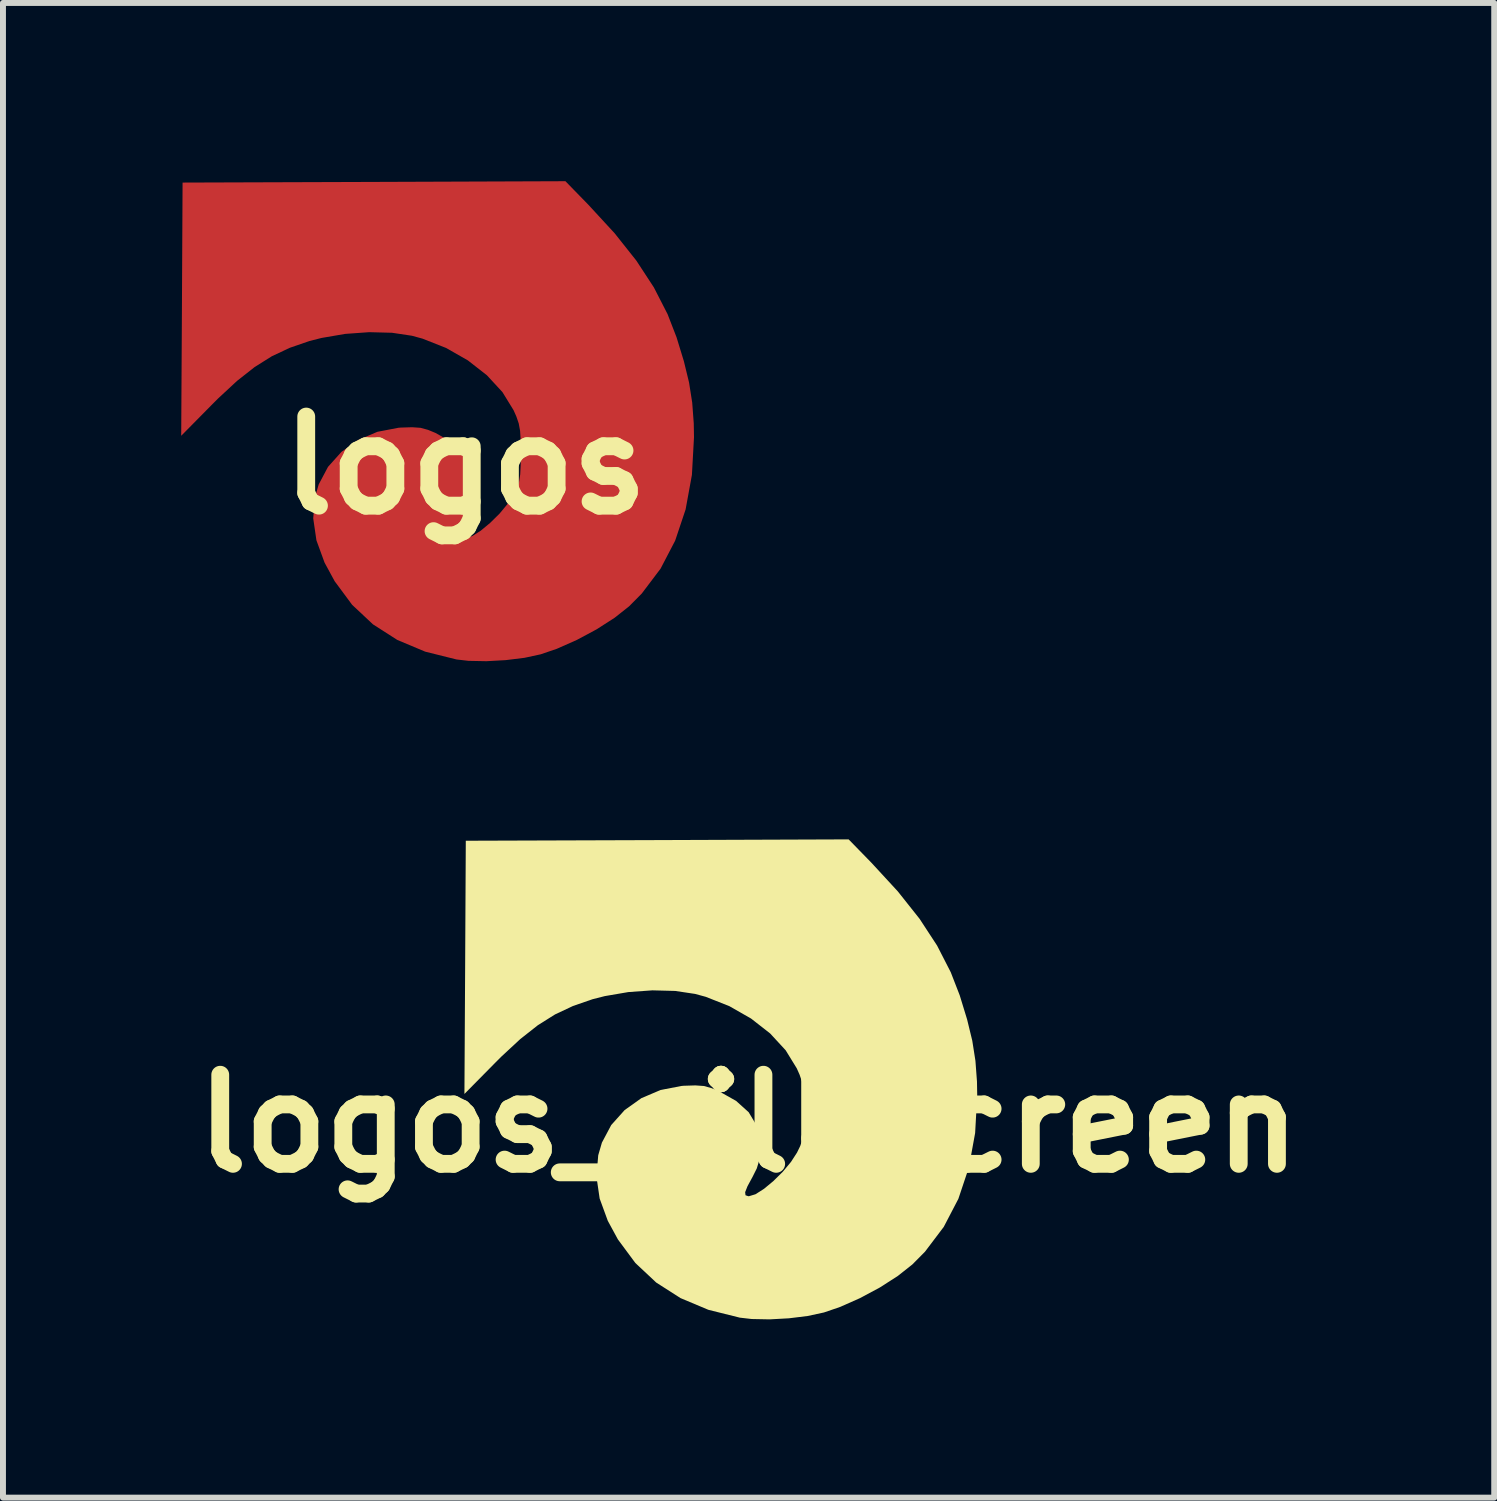
<source format=kicad_pcb>
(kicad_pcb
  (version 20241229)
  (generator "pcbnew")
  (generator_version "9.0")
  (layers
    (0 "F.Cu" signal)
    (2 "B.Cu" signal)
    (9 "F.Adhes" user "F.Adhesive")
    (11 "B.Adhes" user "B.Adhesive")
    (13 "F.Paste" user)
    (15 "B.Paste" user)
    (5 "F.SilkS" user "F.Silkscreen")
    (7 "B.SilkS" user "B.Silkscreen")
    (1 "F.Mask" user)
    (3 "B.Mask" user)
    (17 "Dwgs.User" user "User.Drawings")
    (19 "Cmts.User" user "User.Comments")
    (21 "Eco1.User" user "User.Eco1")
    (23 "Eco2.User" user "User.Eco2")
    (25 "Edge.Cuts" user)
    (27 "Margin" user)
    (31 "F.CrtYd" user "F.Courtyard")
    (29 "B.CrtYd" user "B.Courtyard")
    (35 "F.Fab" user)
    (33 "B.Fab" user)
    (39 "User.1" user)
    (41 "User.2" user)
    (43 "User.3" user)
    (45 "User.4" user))
  (footprint "logos_silkscreen"
    (layer "F.Cu")
    (at 9.55 15.861)
    (property "Reference" "logos_silkscreen" (at 0 0 0) (layer "F.SilkS") (effects (font (size 1.5 1.5) (thickness 0.3))))
    (attr board_only exclude_from_pos_files exclude_from_bom)
    (fp_poly (pts (xy 2.068 -4.389) (xy 2.512 -3.907) (xy 2.878 -3.446) (xy 3.173 -2.995) (xy 3.403 -2.546) (xy 3.554 -2.157) (xy 3.678 -1.752) (xy 3.765 -1.394) (xy 3.818 -1.056) (xy 3.844 -0.707) (xy 3.848 -0.474) (xy 3.813 0.16) (xy 3.707 0.741) (xy 3.531 1.267) (xy 3.285 1.739) (xy 2.969 2.157) (xy 2.756 2.372) (xy 2.512 2.565) (xy 2.21 2.759) (xy 1.876 2.938) (xy 1.54 3.087) (xy 1.268 3.18) (xy 0.995 3.239) (xy 0.679 3.278) (xy 0.354 3.296) (xy 0.052 3.29) (xy -0.148 3.267) (xy -0.677 3.135) (xy -1.146 2.938) (xy -1.555 2.676) (xy -1.906 2.347) (xy -2.2 1.95) (xy -2.37 1.637) (xy -2.507 1.262) (xy -2.561 0.892) (xy -2.531 0.534) (xy -2.469 0.321) (xy -2.312 0.025) (xy -2.086 -0.227) (xy -1.805 -0.427) (xy -1.481 -0.565) (xy -1.127 -0.633) (xy -1.09 -0.636) (xy -0.896 -0.642) (xy -0.754 -0.632) (xy -0.629 -0.598) (xy -0.503 -0.546) (xy -0.21 -0.381) (xy 0.001 -0.191) (xy 0.134 0.031) (xy 0.195 0.291) (xy 0.2 0.403) (xy 0.187 0.593) (xy 0.138 0.755) (xy 0.067 0.897) (xy -0.019 1.056) (xy -0.058 1.155) (xy -0.052 1.207) (xy -0.005 1.223) (xy 0.007 1.223) (xy 0.116 1.19) (xy 0.259 1.099) (xy 0.418 0.967) (xy 0.576 0.811) (xy 0.714 0.645) (xy 0.815 0.489) (xy 0.869 0.378) (xy 0.904 0.274) (xy 0.923 0.152) (xy 0.931 -0.012) (xy 0.933 -0.2) (xy 0.931 -0.422) (xy 0.921 -0.581) (xy 0.898 -0.706) (xy 0.858 -0.823) (xy 0.811 -0.929) (xy 0.624 -1.233) (xy 0.363 -1.516) (xy 0.042 -1.767) (xy -0.324 -1.976) (xy -0.721 -2.133) (xy -0.901 -2.182) (xy -1.235 -2.232) (xy -1.619 -2.242) (xy -2.023 -2.213) (xy -2.42 -2.145) (xy -2.625 -2.093) (xy -2.955 -1.979) (xy -3.257 -1.837) (xy -3.547 -1.655) (xy -3.843 -1.422) (xy -4.161 -1.127) (xy -4.26 -1.028) (xy -4.783 -0.498) (xy -4.771 -2.629) (xy -4.76 -4.76) (xy -1.538 -4.771) (xy 1.684 -4.783)) (stroke (width 0) (type solid)) (fill yes) (layer "F.SilkS")))
  (footprint "logos"
    (layer "F.Cu")
    (at 4.783 4.783)
    (property "Reference" "logos" (at 0 0 0) (layer "F.SilkS") (effects (font (size 1.5 1.5) (thickness 0.3))))
    (attr board_only exclude_from_pos_files exclude_from_bom)
    (fp_poly (pts (xy 2.068 -4.389) (xy 2.512 -3.907) (xy 2.878 -3.446) (xy 3.173 -2.995) (xy 3.403 -2.546) (xy 3.554 -2.157) (xy 3.678 -1.752) (xy 3.765 -1.394) (xy 3.818 -1.056) (xy 3.844 -0.707) (xy 3.848 -0.474) (xy 3.813 0.16) (xy 3.707 0.741) (xy 3.531 1.267) (xy 3.285 1.739) (xy 2.969 2.157) (xy 2.756 2.372) (xy 2.512 2.565) (xy 2.21 2.759) (xy 1.876 2.938) (xy 1.54 3.087) (xy 1.268 3.18) (xy 0.995 3.239) (xy 0.679 3.278) (xy 0.354 3.296) (xy 0.052 3.29) (xy -0.148 3.267) (xy -0.677 3.135) (xy -1.146 2.938) (xy -1.555 2.676) (xy -1.906 2.347) (xy -2.2 1.95) (xy -2.37 1.637) (xy -2.507 1.262) (xy -2.561 0.892) (xy -2.531 0.534) (xy -2.469 0.321) (xy -2.312 0.025) (xy -2.086 -0.227) (xy -1.805 -0.427) (xy -1.481 -0.565) (xy -1.127 -0.633) (xy -1.09 -0.636) (xy -0.896 -0.642) (xy -0.754 -0.632) (xy -0.629 -0.598) (xy -0.503 -0.546) (xy -0.21 -0.381) (xy 0.001 -0.191) (xy 0.134 0.031) (xy 0.195 0.291) (xy 0.2 0.403) (xy 0.187 0.593) (xy 0.138 0.755) (xy 0.067 0.897) (xy -0.019 1.056) (xy -0.058 1.155) (xy -0.052 1.207) (xy -0.005 1.223) (xy 0.007 1.223) (xy 0.116 1.19) (xy 0.259 1.099) (xy 0.418 0.967) (xy 0.576 0.811) (xy 0.714 0.645) (xy 0.815 0.489) (xy 0.869 0.378) (xy 0.904 0.274) (xy 0.923 0.152) (xy 0.931 -0.012) (xy 0.933 -0.2) (xy 0.931 -0.422) (xy 0.921 -0.581) (xy 0.898 -0.706) (xy 0.858 -0.823) (xy 0.811 -0.929) (xy 0.624 -1.233) (xy 0.363 -1.516) (xy 0.042 -1.767) (xy -0.324 -1.976) (xy -0.721 -2.133) (xy -0.901 -2.182) (xy -1.235 -2.232) (xy -1.619 -2.242) (xy -2.023 -2.213) (xy -2.42 -2.145) (xy -2.625 -2.093) (xy -2.955 -1.979) (xy -3.257 -1.837) (xy -3.547 -1.655) (xy -3.843 -1.422) (xy -4.161 -1.127) (xy -4.26 -1.028) (xy -4.783 -0.498) (xy -4.771 -2.629) (xy -4.76 -4.76) (xy -1.538 -4.771) (xy 1.684 -4.783)) (stroke (width 0) (type solid)) (fill yes) (layer "F.Cu")))
  (gr_rect
    (start -3 -3)
    (end 22.1 22.157)
    (stroke (width 0.1) (type default))
    (fill no)
    (layer "Edge.Cuts")))
</source>
